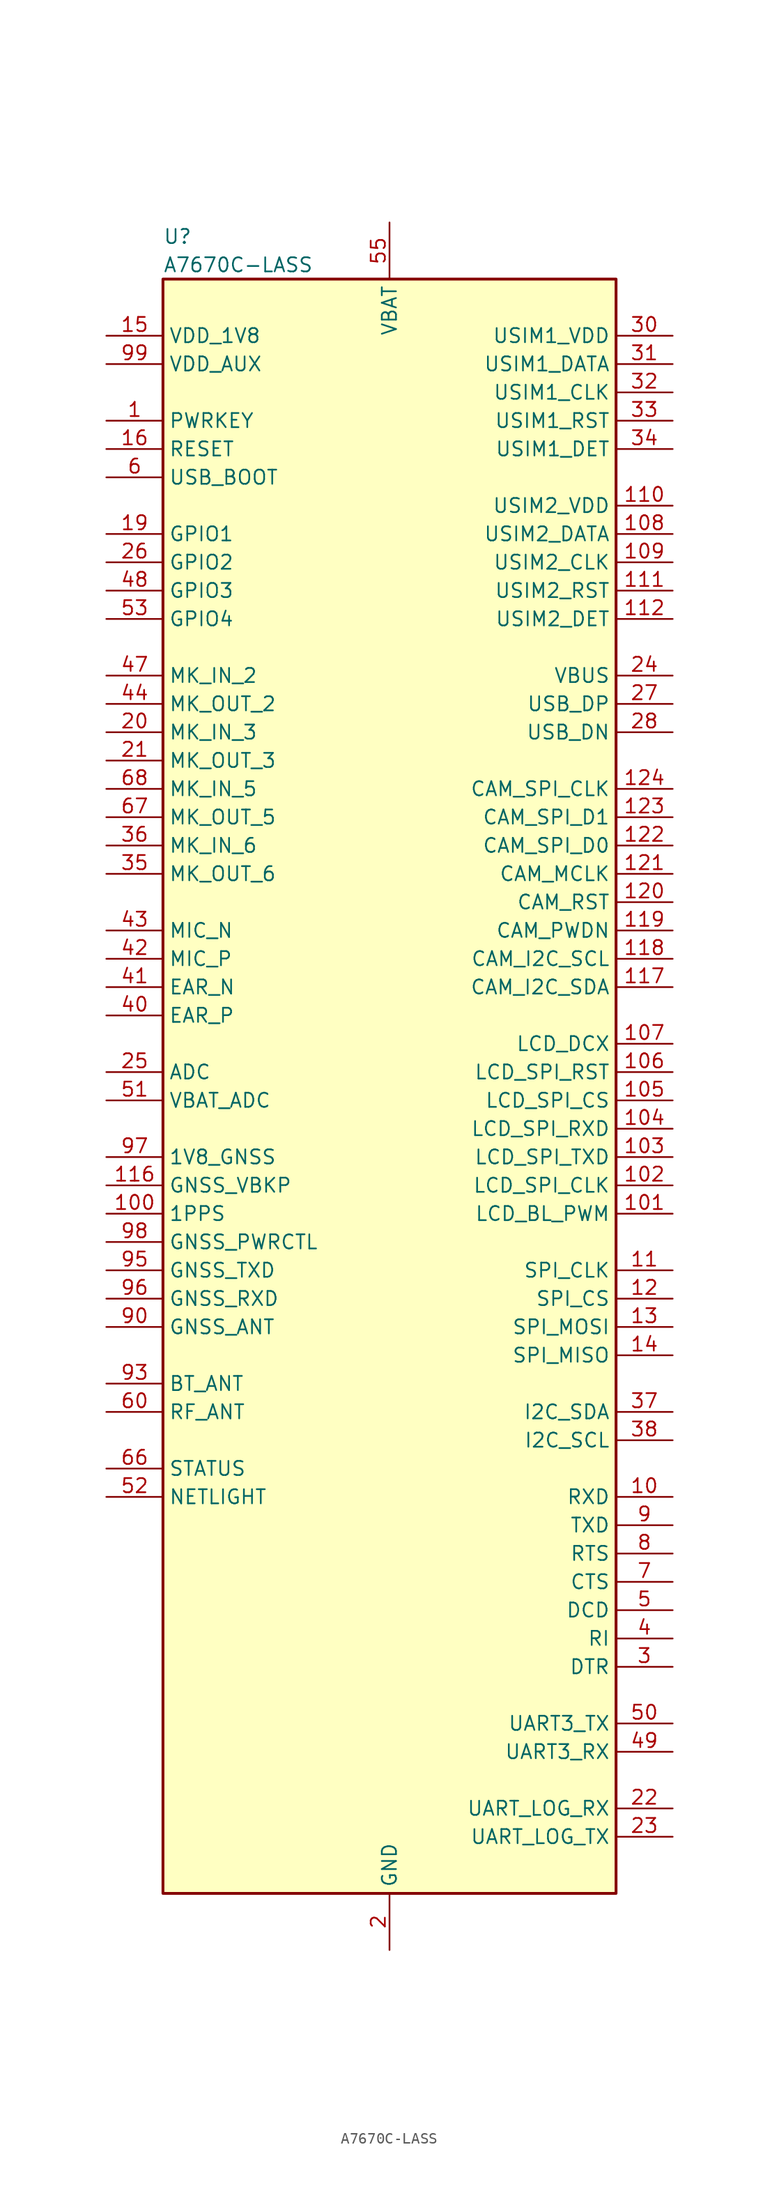
<source format=kicad_sym>
(kicad_symbol_lib
  (version 20220914)
  (generator kicad_symbol_editor)
  (symbol "A7670C-LASS"
    (property "Reference" "U"
      (at -20.32 77.47 0)
      (effects (font (size 1.27 1.27)) (justify left)))
    (property "Value" "A7670C-LASS"
      (at -20.32 74.93 0)
      (effects (font (size 1.27 1.27)) (justify left)))
    (symbol "A7670C-LASS_0_0"
      (pin input line (at -25.4 60.96 0) (length 5.08) (name "PWRKEY" (effects (font (size 1.27 1.27)))) (number "1" (effects (font (size 1.27 1.27)))))
      (pin input line (at 25.4 -35.56 180) (length 5.08) (name "RXD" (effects (font (size 1.27 1.27)))) (number "10" (effects (font (size 1.27 1.27)))))
      (pin bidirectional line (at 25.4 -15.24 180) (length 5.08) (name "SPI_CLK" (effects (font (size 1.27 1.27)))) (number "11" (effects (font (size 1.27 1.27)))))
      (pin bidirectional line (at 25.4 -17.78 180) (length 5.08) (name "SPI_CS" (effects (font (size 1.27 1.27)))) (number "12" (effects (font (size 1.27 1.27)))))
      (pin output line (at 25.4 -20.32 180) (length 5.08) (name "SPI_MOSI" (effects (font (size 1.27 1.27)))) (number "13" (effects (font (size 1.27 1.27)))))
      (pin input line (at 25.4 -22.86 180) (length 5.08) (name "SPI_MISO" (effects (font (size 1.27 1.27)))) (number "14" (effects (font (size 1.27 1.27)))))
      (pin power_out line (at -25.4 68.58 0) (length 5.08) (name "VDD_1V8" (effects (font (size 1.27 1.27)))) (number "15" (effects (font (size 1.27 1.27)))))
      (pin bidirectional line (at -25.4 50.8 0) (length 5.08) (name "GPIO1" (effects (font (size 1.27 1.27)))) (number "19" (effects (font (size 1.27 1.27)))))
      (pin input line (at -25.4 33.02 0) (length 5.08) (name "MK_IN_3" (effects (font (size 1.27 1.27)))) (number "20" (effects (font (size 1.27 1.27)))))
      (pin output line (at -25.4 30.48 0) (length 5.08) (name "MK_OUT_3" (effects (font (size 1.27 1.27)))) (number "21" (effects (font (size 1.27 1.27)))))
      (pin input line (at 25.4 -63.5 180) (length 5.08) (name "UART_LOG_RX" (effects (font (size 1.27 1.27)))) (number "22" (effects (font (size 1.27 1.27)))))
      (pin output line (at 25.4 -66.04 180) (length 5.08) (name "UART_LOG_TX" (effects (font (size 1.27 1.27)))) (number "23" (effects (font (size 1.27 1.27)))))
      (pin input line (at 25.4 38.1 180) (length 5.08) (name "VBUS" (effects (font (size 1.27 1.27)))) (number "24" (effects (font (size 1.27 1.27)))))
      (pin input line (at -25.4 2.54 0) (length 5.08) (name "ADC" (effects (font (size 1.27 1.27)))) (number "25" (effects (font (size 1.27 1.27)))))
      (pin bidirectional line (at -25.4 48.26 0) (length 5.08) (name "GPIO2" (effects (font (size 1.27 1.27)))) (number "26" (effects (font (size 1.27 1.27)))))
      (pin bidirectional line (at 25.4 35.56 180) (length 5.08) (name "USB_DP" (effects (font (size 1.27 1.27)))) (number "27" (effects (font (size 1.27 1.27)))))
      (pin input line (at 25.4 -50.8 180) (length 5.08) (name "DTR" (effects (font (size 1.27 1.27)))) (number "3" (effects (font (size 1.27 1.27)))))
      (pin input line (at 25.4 58.42 180) (length 5.08) (name "USIM1_DET" (effects (font (size 1.27 1.27)))) (number "34" (effects (font (size 1.27 1.27)))))
      (pin output line (at -25.4 20.32 0) (length 5.08) (name "MK_OUT_6" (effects (font (size 1.27 1.27)))) (number "35" (effects (font (size 1.27 1.27)))))
      (pin input line (at -25.4 22.86 0) (length 5.08) (name "MK_IN_6" (effects (font (size 1.27 1.27)))) (number "36" (effects (font (size 1.27 1.27)))))
      (pin bidirectional line (at 25.4 -27.94 180) (length 5.08) (name "I2C_SDA" (effects (font (size 1.27 1.27)))) (number "37" (effects (font (size 1.27 1.27)))))
      (pin output line (at 25.4 -48.26 180) (length 5.08) (name "RI" (effects (font (size 1.27 1.27)))) (number "4" (effects (font (size 1.27 1.27)))))
      (pin bidirectional line (at -25.4 7.62 0) (length 5.08) (name "EAR_P" (effects (font (size 1.27 1.27)))) (number "40" (effects (font (size 1.27 1.27)))))
      (pin bidirectional line (at -25.4 10.16 0) (length 5.08) (name "EAR_N" (effects (font (size 1.27 1.27)))) (number "41" (effects (font (size 1.27 1.27)))))
      (pin bidirectional line (at -25.4 12.7 0) (length 5.08) (name "MIC_P" (effects (font (size 1.27 1.27)))) (number "42" (effects (font (size 1.27 1.27)))))
      (pin bidirectional line (at -25.4 15.24 0) (length 5.08) (name "MIC_N" (effects (font (size 1.27 1.27)))) (number "43" (effects (font (size 1.27 1.27)))))
      (pin input line (at -25.4 38.1 0) (length 5.08) (name "MK_IN_2" (effects (font (size 1.27 1.27)))) (number "47" (effects (font (size 1.27 1.27)))))
      (pin bidirectional line (at -25.4 45.72 0) (length 5.08) (name "GPIO3" (effects (font (size 1.27 1.27)))) (number "48" (effects (font (size 1.27 1.27)))))
      (pin input line (at 25.4 -58.42 180) (length 5.08) (name "UART3_RX" (effects (font (size 1.27 1.27)))) (number "49" (effects (font (size 1.27 1.27)))))
      (pin output line (at 25.4 -45.72 180) (length 5.08) (name "DCD" (effects (font (size 1.27 1.27)))) (number "5" (effects (font (size 1.27 1.27)))))
      (pin output line (at 25.4 -55.88 180) (length 5.08) (name "UART3_TX" (effects (font (size 1.27 1.27)))) (number "50" (effects (font (size 1.27 1.27)))))
      (pin input line (at -25.4 0 0) (length 5.08) (name "VBAT_ADC" (effects (font (size 1.27 1.27)))) (number "51" (effects (font (size 1.27 1.27)))))
      (pin power_in line (at 0 78.74 270) (length 5.08) (name "VBAT" (effects (font (size 1.27 1.27)))) (number "55" (effects (font (size 1.27 1.27)))))
      (pin power_in line (at 0 78.74 270) (length 5.08) hide (name "VBAT" (effects (font (size 1.27 1.27)))) (number "56" (effects (font (size 1.27 1.27)))))
      (pin input line (at -25.4 55.88 0) (length 5.08) (name "USB_BOOT" (effects (font (size 1.27 1.27)))) (number "6" (effects (font (size 1.27 1.27)))))
      (pin output line (at -25.4 -33.02 0) (length 5.08) (name "STATUS" (effects (font (size 1.27 1.27)))) (number "66" (effects (font (size 1.27 1.27)))))
      (pin output line (at -25.4 25.4 0) (length 5.08) (name "MK_OUT_5" (effects (font (size 1.27 1.27)))) (number "67" (effects (font (size 1.27 1.27)))))
      (pin output line (at 25.4 -43.18 180) (length 5.08) (name "CTS" (effects (font (size 1.27 1.27)))) (number "7" (effects (font (size 1.27 1.27)))))
      (pin input line (at 25.4 -40.64 180) (length 5.08) (name "RTS" (effects (font (size 1.27 1.27)))) (number "8" (effects (font (size 1.27 1.27)))))
      (pin output line (at 25.4 -38.1 180) (length 5.08) (name "TXD" (effects (font (size 1.27 1.27)))) (number "9" (effects (font (size 1.27 1.27))))))
    (symbol "A7670C-LASS_1_0"
      (rectangle (start -20.32 73.66) (end 20.32 -71.12) (stroke (width 0.254) (type default)) (fill (type background)))
      (pin output line (at -25.4 -10.16 0) (length 5.08) (name "1PPS" (effects (font (size 1.27 1.27)))) (number "100" (effects (font (size 1.27 1.27)))))
      (pin output line (at 25.4 -10.16 180) (length 5.08) (name "LCD_BL_PWM" (effects (font (size 1.27 1.27)))) (number "101" (effects (font (size 1.27 1.27)))))
      (pin output line (at 25.4 -7.62 180) (length 5.08) (name "LCD_SPI_CLK" (effects (font (size 1.27 1.27)))) (number "102" (effects (font (size 1.27 1.27)))))
      (pin output line (at 25.4 -5.08 180) (length 5.08) (name "LCD_SPI_TXD" (effects (font (size 1.27 1.27)))) (number "103" (effects (font (size 1.27 1.27)))))
      (pin input line (at 25.4 -2.54 180) (length 5.08) (name "LCD_SPI_RXD" (effects (font (size 1.27 1.27)))) (number "104" (effects (font (size 1.27 1.27)))))
      (pin output line (at 25.4 0 180) (length 5.08) (name "LCD_SPI_CS" (effects (font (size 1.27 1.27)))) (number "105" (effects (font (size 1.27 1.27)))))
      (pin output line (at 25.4 2.54 180) (length 5.08) (name "LCD_SPI_RST" (effects (font (size 1.27 1.27)))) (number "106" (effects (font (size 1.27 1.27)))))
      (pin output line (at 25.4 5.08 180) (length 5.08) (name "LCD_DCX" (effects (font (size 1.27 1.27)))) (number "107" (effects (font (size 1.27 1.27)))))
      (pin bidirectional line (at 25.4 50.8 180) (length 5.08) (name "USIM2_DATA" (effects (font (size 1.27 1.27)))) (number "108" (effects (font (size 1.27 1.27)))))
      (pin bidirectional line (at 25.4 48.26 180) (length 5.08) (name "USIM2_CLK" (effects (font (size 1.27 1.27)))) (number "109" (effects (font (size 1.27 1.27)))))
      (pin power_in line (at 25.4 53.34 180) (length 5.08) (name "USIM2_VDD" (effects (font (size 1.27 1.27)))) (number "110" (effects (font (size 1.27 1.27)))))
      (pin bidirectional line (at 25.4 45.72 180) (length 5.08) (name "USIM2_RST" (effects (font (size 1.27 1.27)))) (number "111" (effects (font (size 1.27 1.27)))))
      (pin input line (at 25.4 43.18 180) (length 5.08) (name "USIM2_DET" (effects (font (size 1.27 1.27)))) (number "112" (effects (font (size 1.27 1.27)))))
      (pin no_connect line (at 0 1.27 180) (length 5.08) hide (name "NC" (effects (font (size 1.27 1.27)))) (number "113" (effects (font (size 1.27 1.27)))))
      (pin no_connect line (at 0 0 180) (length 5.08) hide (name "NC" (effects (font (size 1.27 1.27)))) (number "114" (effects (font (size 1.27 1.27)))))
      (pin no_connect line (at 0 -1.27 180) (length 5.08) hide (name "NC" (effects (font (size 1.27 1.27)))) (number "115" (effects (font (size 1.27 1.27)))))
      (pin power_in line (at -25.4 -7.62 0) (length 5.08) (name "GNSS_VBKP" (effects (font (size 1.27 1.27)))) (number "116" (effects (font (size 1.27 1.27)))))
      (pin bidirectional line (at 25.4 10.16 180) (length 5.08) (name "CAM_I2C_SDA" (effects (font (size 1.27 1.27)))) (number "117" (effects (font (size 1.27 1.27)))))
      (pin output line (at 25.4 12.7 180) (length 5.08) (name "CAM_I2C_SCL" (effects (font (size 1.27 1.27)))) (number "118" (effects (font (size 1.27 1.27)))))
      (pin output line (at 25.4 15.24 180) (length 5.08) (name "CAM_PWDN" (effects (font (size 1.27 1.27)))) (number "119" (effects (font (size 1.27 1.27)))))
      (pin output line (at 25.4 17.78 180) (length 5.08) (name "CAM_RST" (effects (font (size 1.27 1.27)))) (number "120" (effects (font (size 1.27 1.27)))))
      (pin output line (at 25.4 20.32 180) (length 5.08) (name "CAM_MCLK" (effects (font (size 1.27 1.27)))) (number "121" (effects (font (size 1.27 1.27)))))
      (pin input line (at 25.4 22.86 180) (length 5.08) (name "CAM_SPI_D0" (effects (font (size 1.27 1.27)))) (number "122" (effects (font (size 1.27 1.27)))))
      (pin input line (at 25.4 25.4 180) (length 5.08) (name "CAM_SPI_D1" (effects (font (size 1.27 1.27)))) (number "123" (effects (font (size 1.27 1.27)))))
      (pin output line (at 25.4 27.94 180) (length 5.08) (name "CAM_SPI_CLK" (effects (font (size 1.27 1.27)))) (number "124" (effects (font (size 1.27 1.27)))))
      (pin input line (at -25.4 58.42 0) (length 5.08) (name "RESET" (effects (font (size 1.27 1.27)))) (number "16" (effects (font (size 1.27 1.27)))))
      (pin power_in line (at 0 -76.2 90) (length 5.08) hide (name "GND" (effects (font (size 1.27 1.27)))) (number "17" (effects (font (size 1.27 1.27)))))
      (pin power_in line (at 0 -76.2 90) (length 5.08) hide (name "GND" (effects (font (size 1.27 1.27)))) (number "18" (effects (font (size 1.27 1.27)))))
      (pin power_in line (at 0 -76.2 90) (length 5.08) (name "GND" (effects (font (size 1.27 1.27)))) (number "2" (effects (font (size 1.27 1.27)))))
      (pin bidirectional line (at 25.4 33.02 180) (length 5.08) (name "USB_DN" (effects (font (size 1.27 1.27)))) (number "28" (effects (font (size 1.27 1.27)))))
      (pin power_in line (at 0 -76.2 90) (length 5.08) hide (name "GND" (effects (font (size 1.27 1.27)))) (number "29" (effects (font (size 1.27 1.27)))))
      (pin power_out line (at 25.4 68.58 180) (length 5.08) (name "USIM1_VDD" (effects (font (size 1.27 1.27)))) (number "30" (effects (font (size 1.27 1.27)))))
      (pin bidirectional line (at 25.4 66.04 180) (length 5.08) (name "USIM1_DATA" (effects (font (size 1.27 1.27)))) (number "31" (effects (font (size 1.27 1.27)))))
      (pin bidirectional line (at 25.4 63.5 180) (length 5.08) (name "USIM1_CLK" (effects (font (size 1.27 1.27)))) (number "32" (effects (font (size 1.27 1.27)))))
      (pin bidirectional line (at 25.4 60.96 180) (length 5.08) (name "USIM1_RST" (effects (font (size 1.27 1.27)))) (number "33" (effects (font (size 1.27 1.27)))))
      (pin output line (at 25.4 -30.48 180) (length 5.08) (name "I2C_SCL" (effects (font (size 1.27 1.27)))) (number "38" (effects (font (size 1.27 1.27)))))
      (pin power_in line (at 0 -76.2 90) (length 5.08) hide (name "GND" (effects (font (size 1.27 1.27)))) (number "39" (effects (font (size 1.27 1.27)))))
      (pin output line (at -25.4 35.56 0) (length 5.08) (name "MK_OUT_2" (effects (font (size 1.27 1.27)))) (number "44" (effects (font (size 1.27 1.27)))))
      (pin power_in line (at 0 -76.2 90) (length 5.08) hide (name "GND" (effects (font (size 1.27 1.27)))) (number "45" (effects (font (size 1.27 1.27)))))
      (pin power_in line (at 0 -76.2 90) (length 5.08) hide (name "GND" (effects (font (size 1.27 1.27)))) (number "46" (effects (font (size 1.27 1.27)))))
      (pin output line (at -25.4 -35.56 0) (length 5.08) (name "NETLIGHT" (effects (font (size 1.27 1.27)))) (number "52" (effects (font (size 1.27 1.27)))))
      (pin bidirectional line (at -25.4 43.18 0) (length 5.08) (name "GPIO4" (effects (font (size 1.27 1.27)))) (number "53" (effects (font (size 1.27 1.27)))))
      (pin power_in line (at 0 -76.2 90) (length 5.08) hide (name "GND" (effects (font (size 1.27 1.27)))) (number "54" (effects (font (size 1.27 1.27)))))
      (pin power_in line (at 0 78.74 270) (length 5.08) hide (name "VBAT" (effects (font (size 1.27 1.27)))) (number "57" (effects (font (size 1.27 1.27)))))
      (pin power_in line (at 0 -76.2 90) (length 5.08) hide (name "GND" (effects (font (size 1.27 1.27)))) (number "58" (effects (font (size 1.27 1.27)))))
      (pin power_in line (at 0 -76.2 90) (length 5.08) hide (name "GND" (effects (font (size 1.27 1.27)))) (number "59" (effects (font (size 1.27 1.27)))))
      (pin bidirectional line (at -25.4 -27.94 0) (length 5.08) (name "RF_ANT" (effects (font (size 1.27 1.27)))) (number "60" (effects (font (size 1.27 1.27)))))
      (pin power_in line (at 0 -76.2 90) (length 5.08) hide (name "GND" (effects (font (size 1.27 1.27)))) (number "61" (effects (font (size 1.27 1.27)))))
      (pin power_in line (at 0 -76.2 90) (length 5.08) hide (name "GND" (effects (font (size 1.27 1.27)))) (number "62" (effects (font (size 1.27 1.27)))))
      (pin power_in line (at 0 -76.2 90) (length 5.08) hide (name "GND" (effects (font (size 1.27 1.27)))) (number "63" (effects (font (size 1.27 1.27)))))
      (pin power_in line (at 0 -76.2 90) (length 5.08) hide (name "GND" (effects (font (size 1.27 1.27)))) (number "64" (effects (font (size 1.27 1.27)))))
      (pin power_in line (at 0 -76.2 90) (length 5.08) hide (name "GND" (effects (font (size 1.27 1.27)))) (number "65" (effects (font (size 1.27 1.27)))))
      (pin input line (at -25.4 27.94 0) (length 5.08) (name "MK_IN_5" (effects (font (size 1.27 1.27)))) (number "68" (effects (font (size 1.27 1.27)))))
      (pin power_in line (at 0 -76.2 90) (length 5.08) hide (name "GND" (effects (font (size 1.27 1.27)))) (number "69" (effects (font (size 1.27 1.27)))))
      (pin power_in line (at 0 -76.2 90) (length 5.08) hide (name "GND" (effects (font (size 1.27 1.27)))) (number "70" (effects (font (size 1.27 1.27)))))
      (pin power_in line (at 0 -76.2 90) (length 5.08) hide (name "GND" (effects (font (size 1.27 1.27)))) (number "71" (effects (font (size 1.27 1.27)))))
      (pin power_in line (at 0 -76.2 90) (length 5.08) hide (name "GND" (effects (font (size 1.27 1.27)))) (number "72" (effects (font (size 1.27 1.27)))))
      (pin power_in line (at 0 -76.2 90) (length 5.08) hide (name "GND" (effects (font (size 1.27 1.27)))) (number "73" (effects (font (size 1.27 1.27)))))
      (pin power_in line (at 0 -76.2 90) (length 5.08) hide (name "GND" (effects (font (size 1.27 1.27)))) (number "74" (effects (font (size 1.27 1.27)))))
      (pin power_in line (at 0 -76.2 90) (length 5.08) hide (name "GND" (effects (font (size 1.27 1.27)))) (number "75" (effects (font (size 1.27 1.27)))))
      (pin power_in line (at 0 -76.2 90) (length 5.08) hide (name "GND" (effects (font (size 1.27 1.27)))) (number "76" (effects (font (size 1.27 1.27)))))
      (pin power_in line (at 0 -76.2 90) (length 5.08) hide (name "GND" (effects (font (size 1.27 1.27)))) (number "77" (effects (font (size 1.27 1.27)))))
      (pin power_in line (at 0 -76.2 90) (length 5.08) hide (name "GND" (effects (font (size 1.27 1.27)))) (number "78" (effects (font (size 1.27 1.27)))))
      (pin power_in line (at 0 -76.2 90) (length 5.08) hide (name "GND" (effects (font (size 1.27 1.27)))) (number "79" (effects (font (size 1.27 1.27)))))
      (pin power_in line (at 0 -76.2 90) (length 5.08) hide (name "GND" (effects (font (size 1.27 1.27)))) (number "80" (effects (font (size 1.27 1.27)))))
      (pin power_in line (at 0 -76.2 90) (length 5.08) hide (name "GND" (effects (font (size 1.27 1.27)))) (number "81" (effects (font (size 1.27 1.27)))))
      (pin power_in line (at 0 -76.2 90) (length 5.08) hide (name "GND" (effects (font (size 1.27 1.27)))) (number "82" (effects (font (size 1.27 1.27)))))
      (pin power_in line (at 0 -76.2 90) (length 5.08) hide (name "GND" (effects (font (size 1.27 1.27)))) (number "83" (effects (font (size 1.27 1.27)))))
      (pin power_in line (at 0 -76.2 90) (length 5.08) hide (name "GND" (effects (font (size 1.27 1.27)))) (number "84" (effects (font (size 1.27 1.27)))))
      (pin power_in line (at 0 -76.2 90) (length 5.08) hide (name "GND" (effects (font (size 1.27 1.27)))) (number "85" (effects (font (size 1.27 1.27)))))
      (pin power_in line (at 0 -76.2 90) (length 5.08) hide (name "GND" (effects (font (size 1.27 1.27)))) (number "86" (effects (font (size 1.27 1.27)))))
      (pin power_in line (at 0 -76.2 90) (length 5.08) hide (name "GND" (effects (font (size 1.27 1.27)))) (number "87" (effects (font (size 1.27 1.27)))))
      (pin power_in line (at 0 -76.2 90) (length 5.08) hide (name "GND" (effects (font (size 1.27 1.27)))) (number "88" (effects (font (size 1.27 1.27)))))
      (pin power_in line (at 0 -76.2 90) (length 5.08) hide (name "GND" (effects (font (size 1.27 1.27)))) (number "89" (effects (font (size 1.27 1.27)))))
      (pin bidirectional line (at -25.4 -20.32 0) (length 5.08) (name "GNSS_ANT" (effects (font (size 1.27 1.27)))) (number "90" (effects (font (size 1.27 1.27)))))
      (pin power_in line (at 0 -76.2 90) (length 5.08) hide (name "GND" (effects (font (size 1.27 1.27)))) (number "91" (effects (font (size 1.27 1.27)))))
      (pin power_in line (at 0 -76.2 90) (length 5.08) hide (name "GND" (effects (font (size 1.27 1.27)))) (number "92" (effects (font (size 1.27 1.27)))))
      (pin bidirectional line (at -25.4 -25.4 0) (length 5.08) (name "BT_ANT" (effects (font (size 1.27 1.27)))) (number "93" (effects (font (size 1.27 1.27)))))
      (pin power_in line (at 0 -76.2 90) (length 5.08) hide (name "GND" (effects (font (size 1.27 1.27)))) (number "94" (effects (font (size 1.27 1.27)))))
      (pin output line (at -25.4 -15.24 0) (length 5.08) (name "GNSS_TXD" (effects (font (size 1.27 1.27)))) (number "95" (effects (font (size 1.27 1.27)))))
      (pin input line (at -25.4 -17.78 0) (length 5.08) (name "GNSS_RXD" (effects (font (size 1.27 1.27)))) (number "96" (effects (font (size 1.27 1.27)))))
      (pin power_in line (at -25.4 -5.08 0) (length 5.08) (name "1V8_GNSS" (effects (font (size 1.27 1.27)))) (number "97" (effects (font (size 1.27 1.27)))))
      (pin input line (at -25.4 -12.7 0) (length 5.08) (name "GNSS_PWRCTL" (effects (font (size 1.27 1.27)))) (number "98" (effects (font (size 1.27 1.27)))))
      (pin power_out line (at -25.4 66.04 0) (length 5.08) (name "VDD_AUX" (effects (font (size 1.27 1.27)))) (number "99" (effects (font (size 1.27 1.27))))))))
</source>
